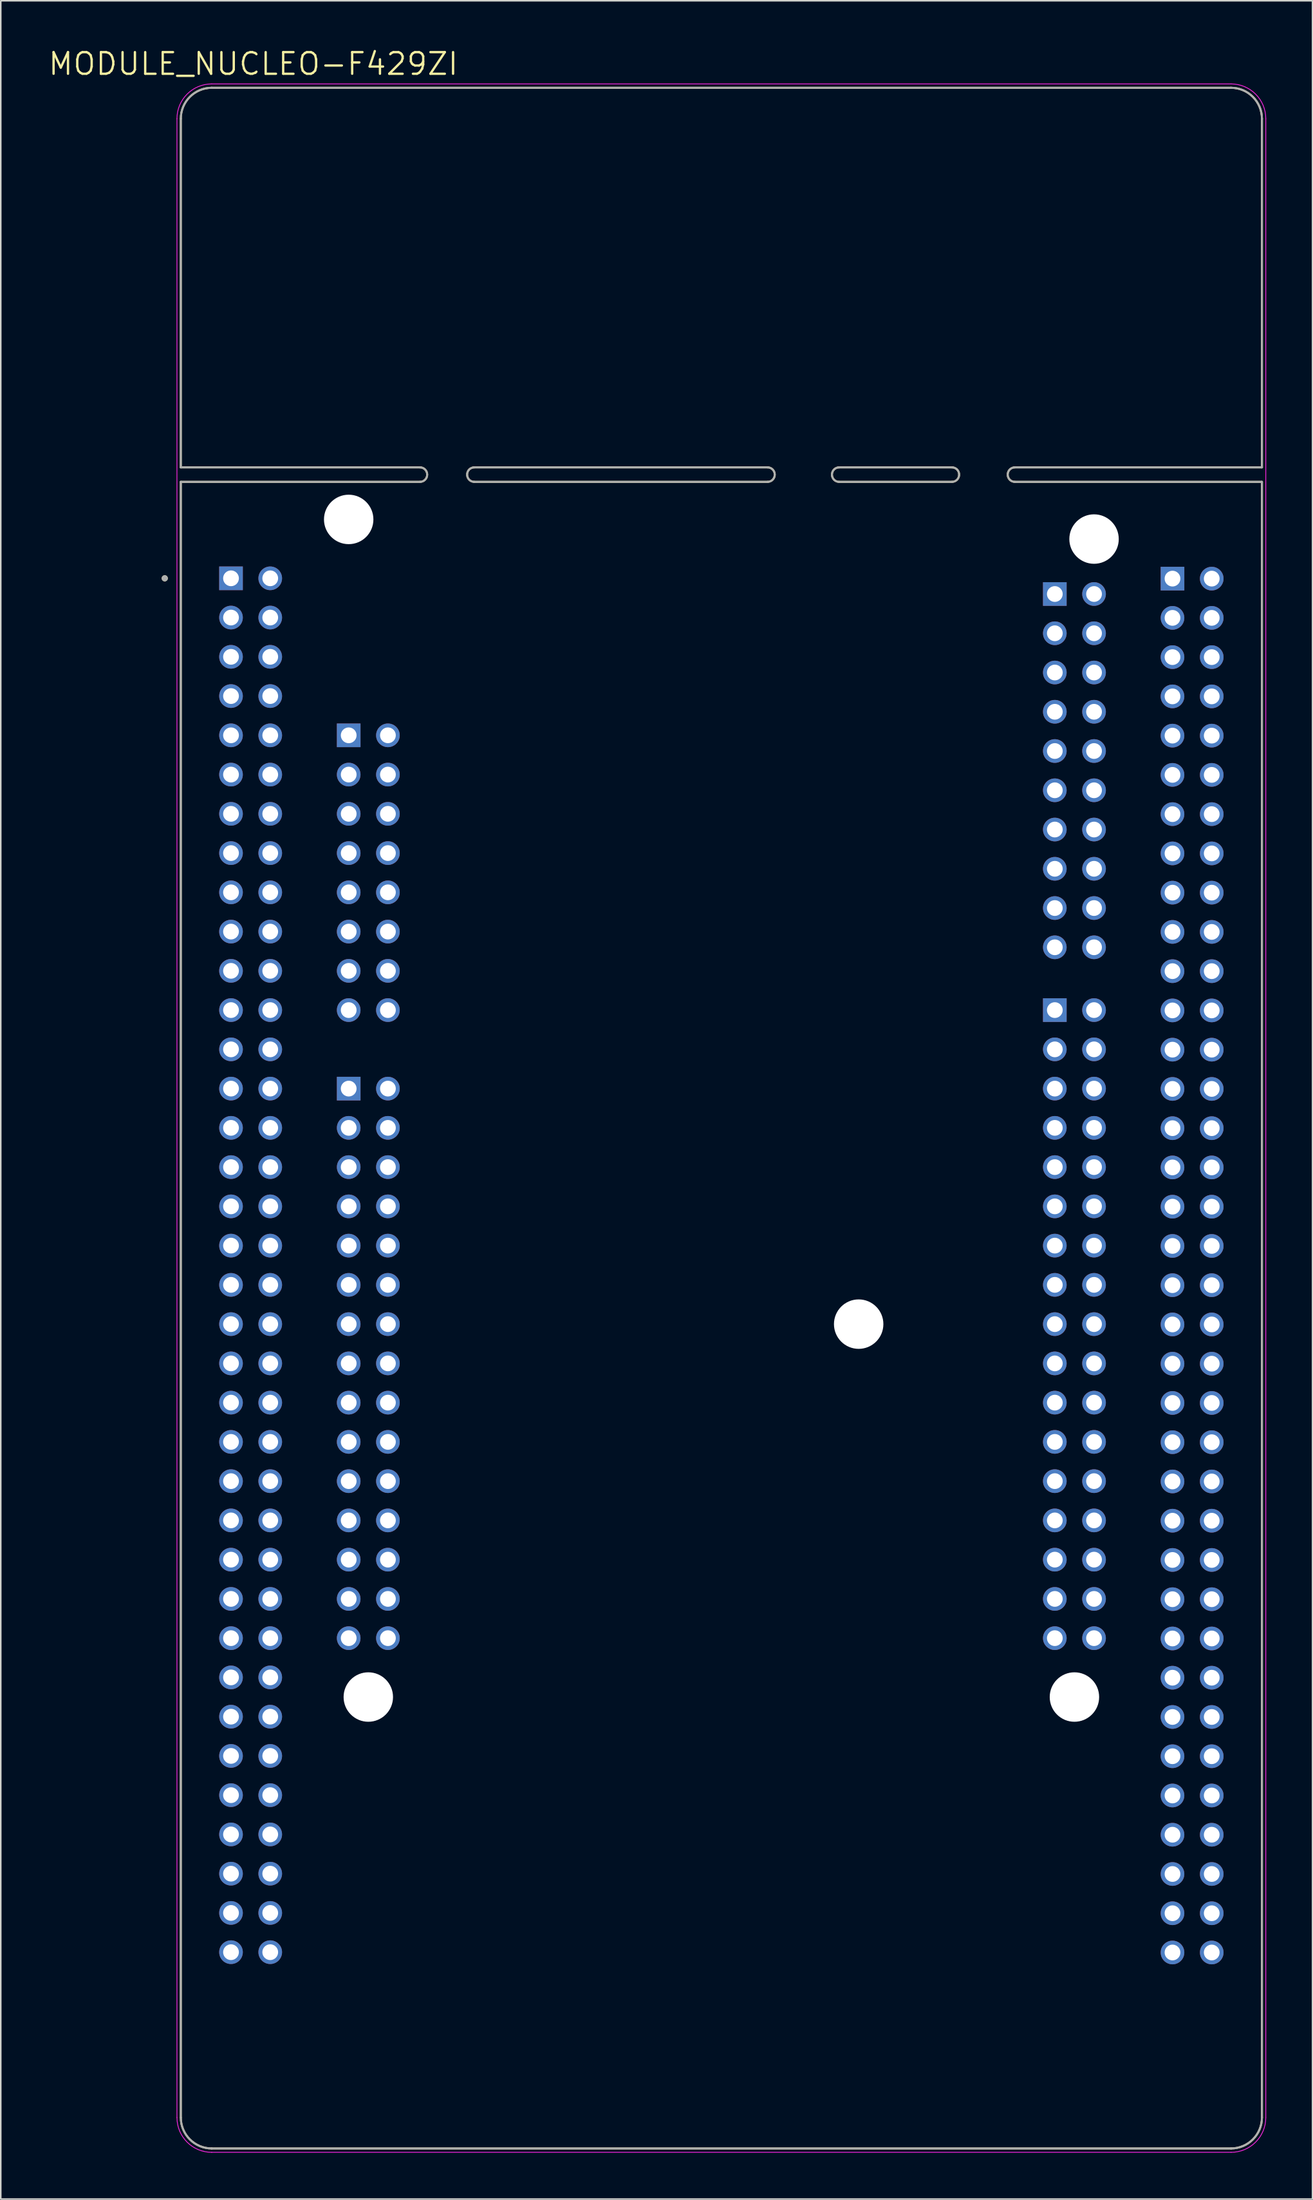
<source format=kicad_pcb>
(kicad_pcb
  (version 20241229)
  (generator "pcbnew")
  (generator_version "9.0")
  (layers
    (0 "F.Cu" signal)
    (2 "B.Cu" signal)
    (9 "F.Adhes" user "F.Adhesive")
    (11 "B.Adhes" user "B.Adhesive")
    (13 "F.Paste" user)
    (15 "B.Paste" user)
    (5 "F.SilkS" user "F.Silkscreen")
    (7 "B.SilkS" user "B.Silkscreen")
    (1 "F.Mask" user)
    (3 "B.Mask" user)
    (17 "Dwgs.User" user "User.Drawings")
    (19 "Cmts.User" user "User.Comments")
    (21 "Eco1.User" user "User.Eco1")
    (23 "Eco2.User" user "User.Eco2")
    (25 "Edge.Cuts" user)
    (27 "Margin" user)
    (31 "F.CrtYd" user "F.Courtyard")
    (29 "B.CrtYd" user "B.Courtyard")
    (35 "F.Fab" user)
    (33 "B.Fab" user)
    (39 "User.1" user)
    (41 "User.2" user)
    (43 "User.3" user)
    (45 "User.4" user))
  (footprint "MODULE_NUCLEO-F429ZI"
    (layer "F.Cu")
    (at 43.657 69.301)
    (property "Reference" "MODULE_NUCLEO-F429ZI" (at -30.305 -68.219 0) (layer "F.SilkS") (effects (font (size 1.4 1.4) (thickness 0.15))))
    (attr through_hole)
    (fp_line (start -35 -64.67) (end -35 -42.11) (stroke (width 0.127) (type solid)) (layer "F.SilkS"))
    (fp_line (start -35 -42.11) (end -19.507 -42.11) (stroke (width 0.127) (type solid)) (layer "F.SilkS"))
    (fp_line (start -35 -41.17) (end -35 64.67) (stroke (width 0.127) (type solid)) (layer "F.SilkS"))
    (fp_line (start -35 -41.17) (end -19.507 -41.17) (stroke (width 0.127) (type solid)) (layer "F.SilkS"))
    (fp_line (start -33 66.67) (end 33 66.67) (stroke (width 0.127) (type solid)) (layer "F.SilkS"))
    (fp_line (start -16.002 -42.11) (end 2.997 -42.11) (stroke (width 0.127) (type solid)) (layer "F.SilkS"))
    (fp_line (start -16.002 -41.17) (end 2.997 -41.17) (stroke (width 0.127) (type solid)) (layer "F.SilkS"))
    (fp_line (start 7.62 -42.11) (end 14.935 -42.11) (stroke (width 0.127) (type solid)) (layer "F.SilkS"))
    (fp_line (start 7.62 -41.17) (end 14.935 -41.17) (stroke (width 0.127) (type solid)) (layer "F.SilkS"))
    (fp_line (start 18.999 -42.11) (end 35 -42.11) (stroke (width 0.127) (type solid)) (layer "F.SilkS"))
    (fp_line (start 18.999 -41.17) (end 35 -41.17) (stroke (width 0.127) (type solid)) (layer "F.SilkS"))
    (fp_line (start 33 -66.67) (end -33 -66.67) (stroke (width 0.127) (type solid)) (layer "F.SilkS"))
    (fp_line (start 35 -42.11) (end 35 -64.67) (stroke (width 0.127) (type solid)) (layer "F.SilkS"))
    (fp_line (start 35 64.67) (end 35 -41.17) (stroke (width 0.127) (type solid)) (layer "F.SilkS"))
    (fp_arc (start -35 -64.67) (mid -34.414214 -66.084214) (end -33 -66.67) (stroke (width 0.127) (type solid)) (layer "F.SilkS"))
    (fp_arc (start -33 66.67) (mid -34.414214 66.084214) (end -35 64.67) (stroke (width 0.127) (type solid)) (layer "F.SilkS"))
    (fp_arc (start -19.507199 -42.11) (mid -19.044602 -41.64) (end -19.5072 -41.17) (stroke (width 0.127) (type solid)) (layer "F.SilkS"))
    (fp_arc (start -16.002001 -41.17) (mid -16.464598 -41.64) (end -16.002 -42.11) (stroke (width 0.127) (type solid)) (layer "F.SilkS"))
    (fp_arc (start 2.997201 -42.11) (mid 3.459798 -41.64) (end 2.9972 -41.17) (stroke (width 0.127) (type solid)) (layer "F.SilkS"))
    (fp_arc (start 7.619999 -41.17) (mid 7.157402 -41.64) (end 7.62 -42.11) (stroke (width 0.127) (type solid)) (layer "F.SilkS"))
    (fp_arc (start 14.935201 -42.11) (mid 15.397798 -41.64) (end 14.9352 -41.17) (stroke (width 0.127) (type solid)) (layer "F.SilkS"))
    (fp_arc (start 18.999199 -41.17) (mid 18.536602 -41.64) (end 18.9992 -42.11) (stroke (width 0.127) (type solid)) (layer "F.SilkS"))
    (fp_arc (start 33 -66.67) (mid 34.414214 -66.084214) (end 35 -64.67) (stroke (width 0.127) (type solid)) (layer "F.SilkS"))
    (fp_arc (start 35 64.67) (mid 34.414214 66.084214) (end 33 66.67) (stroke (width 0.127) (type solid)) (layer "F.SilkS"))
    (fp_circle (center -36.04 -34.93) (end -35.94 -34.93) (stroke (width 0.2) (type solid)) (fill no) (layer "F.SilkS"))
    (fp_line (start -35.25 -64.67) (end -35.25 64.67) (stroke (width 0.05) (type solid)) (layer "F.CrtYd"))
    (fp_line (start -33 66.92) (end 33 66.92) (stroke (width 0.05) (type solid)) (layer "F.CrtYd"))
    (fp_line (start 33 -66.92) (end -33 -66.92) (stroke (width 0.05) (type solid)) (layer "F.CrtYd"))
    (fp_line (start 35.25 64.67) (end 35.25 -64.67) (stroke (width 0.05) (type solid)) (layer "F.CrtYd"))
    (fp_arc (start -35.25 -64.67) (mid -34.59099 -66.26099) (end -33 -66.92) (stroke (width 0.05) (type solid)) (layer "F.CrtYd"))
    (fp_arc (start -33 66.92) (mid -34.59099 66.26099) (end -35.25 64.67) (stroke (width 0.05) (type solid)) (layer "F.CrtYd"))
    (fp_arc (start 33 -66.92) (mid 34.59099 -66.26099) (end 35.25 -64.67) (stroke (width 0.05) (type solid)) (layer "F.CrtYd"))
    (fp_arc (start 35.25 64.67) (mid 34.59099 66.26099) (end 33 66.92) (stroke (width 0.05) (type solid)) (layer "F.CrtYd"))
    (fp_line (start -35 -64.67) (end -35 -42.11) (stroke (width 0.127) (type solid)) (layer "F.Fab"))
    (fp_line (start -35 -42.11) (end -19.507 -42.11) (stroke (width 0.127) (type solid)) (layer "F.Fab"))
    (fp_line (start -35 -41.17) (end -35 64.67) (stroke (width 0.127) (type solid)) (layer "F.Fab"))
    (fp_line (start -35 -41.17) (end -19.507 -41.17) (stroke (width 0.127) (type solid)) (layer "F.Fab"))
    (fp_line (start -33 66.67) (end 33 66.67) (stroke (width 0.127) (type solid)) (layer "F.Fab"))
    (fp_line (start -16.002 -42.11) (end 2.997 -42.11) (stroke (width 0.127) (type solid)) (layer "F.Fab"))
    (fp_line (start -16.002 -41.17) (end 2.997 -41.17) (stroke (width 0.127) (type solid)) (layer "F.Fab"))
    (fp_line (start 7.62 -42.11) (end 14.935 -42.11) (stroke (width 0.127) (type solid)) (layer "F.Fab"))
    (fp_line (start 7.62 -41.17) (end 14.935 -41.17) (stroke (width 0.127) (type solid)) (layer "F.Fab"))
    (fp_line (start 18.999 -42.11) (end 35 -42.11) (stroke (width 0.127) (type solid)) (layer "F.Fab"))
    (fp_line (start 18.999 -41.17) (end 35 -41.17) (stroke (width 0.127) (type solid)) (layer "F.Fab"))
    (fp_line (start 33 -66.67) (end -33 -66.67) (stroke (width 0.127) (type solid)) (layer "F.Fab"))
    (fp_line (start 35 -42.11) (end 35 -64.67) (stroke (width 0.127) (type solid)) (layer "F.Fab"))
    (fp_line (start 35 64.67) (end 35 -41.17) (stroke (width 0.127) (type solid)) (layer "F.Fab"))
    (fp_arc (start -35 -64.67) (mid -34.414214 -66.084214) (end -33 -66.67) (stroke (width 0.127) (type solid)) (layer "F.Fab"))
    (fp_arc (start -33 66.67) (mid -34.414214 66.084214) (end -35 64.67) (stroke (width 0.127) (type solid)) (layer "F.Fab"))
    (fp_arc (start -19.507199 -42.11) (mid -19.044602 -41.64) (end -19.5072 -41.17) (stroke (width 0.127) (type solid)) (layer "F.Fab"))
    (fp_arc (start -16.002001 -41.17) (mid -16.464598 -41.64) (end -16.002 -42.11) (stroke (width 0.127) (type solid)) (layer "F.Fab"))
    (fp_arc (start 2.997201 -42.11) (mid 3.459798 -41.64) (end 2.9972 -41.17) (stroke (width 0.127) (type solid)) (layer "F.Fab"))
    (fp_arc (start 7.619999 -41.17) (mid 7.157402 -41.64) (end 7.62 -42.11) (stroke (width 0.127) (type solid)) (layer "F.Fab"))
    (fp_arc (start 14.935201 -42.11) (mid 15.397798 -41.64) (end 14.9352 -41.17) (stroke (width 0.127) (type solid)) (layer "F.Fab"))
    (fp_arc (start 18.999199 -41.17) (mid 18.536602 -41.64) (end 18.9992 -42.11) (stroke (width 0.127) (type solid)) (layer "F.Fab"))
    (fp_arc (start 33 -66.67) (mid 34.414214 -66.084214) (end 35 -64.67) (stroke (width 0.127) (type solid)) (layer "F.Fab"))
    (fp_arc (start 35 64.67) (mid 34.414214 66.084214) (end 33 66.67) (stroke (width 0.127) (type solid)) (layer "F.Fab"))
    (fp_circle (center -36.04 -34.93) (end -35.94 -34.93) (stroke (width 0.2) (type solid)) (fill no) (layer "F.Fab"))
    (pad "" np_thru_hole circle (at -24.13 -38.74) (size 3.2 3.2) (drill 3.2) (layers "*.Cu" "*.Mask"))
    (pad "" np_thru_hole circle (at -22.86 37.46) (size 3.2 3.2) (drill 3.2) (layers "*.Cu" "*.Mask"))
    (pad "" np_thru_hole circle (at 8.89 13.33) (size 3.2 3.2) (drill 3.2) (layers "*.Cu" "*.Mask"))
    (pad "" np_thru_hole circle (at 22.86 37.46) (size 3.2 3.2) (drill 3.2) (layers "*.Cu" "*.Mask"))
    (pad "" np_thru_hole circle (at 24.13 -37.47) (size 3.2 3.2) (drill 3.2) (layers "*.Cu" "*.Mask"))
    (pad "CN7_1" thru_hole rect (at 21.59 -33.914) (size 1.53 1.53) (drill 1.02) (layers "*.Cu" "*.Mask"))
    (pad "CN7_2" thru_hole circle (at 24.13 -33.914) (size 1.53 1.53) (drill 1.02) (layers "*.Cu" "*.Mask"))
    (pad "CN7_3" thru_hole circle (at 21.59 -31.374) (size 1.53 1.53) (drill 1.02) (layers "*.Cu" "*.Mask"))
    (pad "CN7_4" thru_hole circle (at 24.13 -31.374) (size 1.53 1.53) (drill 1.02) (layers "*.Cu" "*.Mask"))
    (pad "CN7_5" thru_hole circle (at 21.59 -28.834) (size 1.53 1.53) (drill 1.02) (layers "*.Cu" "*.Mask"))
    (pad "CN7_6" thru_hole circle (at 24.13 -28.834) (size 1.53 1.53) (drill 1.02) (layers "*.Cu" "*.Mask"))
    (pad "CN7_7" thru_hole circle (at 21.59 -26.294) (size 1.53 1.53) (drill 1.02) (layers "*.Cu" "*.Mask"))
    (pad "CN7_8" thru_hole circle (at 24.13 -26.294) (size 1.53 1.53) (drill 1.02) (layers "*.Cu" "*.Mask"))
    (pad "CN7_9" thru_hole circle (at 21.59 -23.754) (size 1.53 1.53) (drill 1.02) (layers "*.Cu" "*.Mask"))
    (pad "CN7_10" thru_hole circle (at 24.13 -23.754) (size 1.53 1.53) (drill 1.02) (layers "*.Cu" "*.Mask"))
    (pad "CN7_11" thru_hole circle (at 21.59 -21.214) (size 1.53 1.53) (drill 1.02) (layers "*.Cu" "*.Mask"))
    (pad "CN7_12" thru_hole circle (at 24.13 -21.214) (size 1.53 1.53) (drill 1.02) (layers "*.Cu" "*.Mask"))
    (pad "CN7_13" thru_hole circle (at 21.59 -18.674) (size 1.53 1.53) (drill 1.02) (layers "*.Cu" "*.Mask"))
    (pad "CN7_14" thru_hole circle (at 24.13 -18.674) (size 1.53 1.53) (drill 1.02) (layers "*.Cu" "*.Mask"))
    (pad "CN7_15" thru_hole circle (at 21.59 -16.134) (size 1.53 1.53) (drill 1.02) (layers "*.Cu" "*.Mask"))
    (pad "CN7_16" thru_hole circle (at 24.13 -16.134) (size 1.53 1.53) (drill 1.02) (layers "*.Cu" "*.Mask"))
    (pad "CN7_17" thru_hole circle (at 21.59 -13.594) (size 1.53 1.53) (drill 1.02) (layers "*.Cu" "*.Mask"))
    (pad "CN7_18" thru_hole circle (at 24.13 -13.594) (size 1.53 1.53) (drill 1.02) (layers "*.Cu" "*.Mask"))
    (pad "CN7_19" thru_hole circle (at 21.59 -11.054) (size 1.53 1.53) (drill 1.02) (layers "*.Cu" "*.Mask"))
    (pad "CN7_20" thru_hole circle (at 24.13 -11.054) (size 1.53 1.53) (drill 1.02) (layers "*.Cu" "*.Mask"))
    (pad "CN8_1" thru_hole rect (at -24.13 -24.77) (size 1.53 1.53) (drill 1.02) (layers "*.Cu" "*.Mask"))
    (pad "CN8_2" thru_hole circle (at -21.59 -24.77) (size 1.53 1.53) (drill 1.02) (layers "*.Cu" "*.Mask"))
    (pad "CN8_3" thru_hole circle (at -24.13 -22.23) (size 1.53 1.53) (drill 1.02) (layers "*.Cu" "*.Mask"))
    (pad "CN8_4" thru_hole circle (at -21.59 -22.23) (size 1.53 1.53) (drill 1.02) (layers "*.Cu" "*.Mask"))
    (pad "CN8_5" thru_hole circle (at -24.13 -19.69) (size 1.53 1.53) (drill 1.02) (layers "*.Cu" "*.Mask"))
    (pad "CN8_6" thru_hole circle (at -21.59 -19.69) (size 1.53 1.53) (drill 1.02) (layers "*.Cu" "*.Mask"))
    (pad "CN8_7" thru_hole circle (at -24.13 -17.15) (size 1.53 1.53) (drill 1.02) (layers "*.Cu" "*.Mask"))
    (pad "CN8_8" thru_hole circle (at -21.59 -17.15) (size 1.53 1.53) (drill 1.02) (layers "*.Cu" "*.Mask"))
    (pad "CN8_9" thru_hole circle (at -24.13 -14.61) (size 1.53 1.53) (drill 1.02) (layers "*.Cu" "*.Mask"))
    (pad "CN8_10" thru_hole circle (at -21.59 -14.61) (size 1.53 1.53) (drill 1.02) (layers "*.Cu" "*.Mask"))
    (pad "CN8_11" thru_hole circle (at -24.13 -12.07) (size 1.53 1.53) (drill 1.02) (layers "*.Cu" "*.Mask"))
    (pad "CN8_12" thru_hole circle (at -21.59 -12.07) (size 1.53 1.53) (drill 1.02) (layers "*.Cu" "*.Mask"))
    (pad "CN8_13" thru_hole circle (at -24.13 -9.53) (size 1.53 1.53) (drill 1.02) (layers "*.Cu" "*.Mask"))
    (pad "CN8_14" thru_hole circle (at -21.59 -9.53) (size 1.53 1.53) (drill 1.02) (layers "*.Cu" "*.Mask"))
    (pad "CN8_15" thru_hole circle (at -24.13 -6.99) (size 1.53 1.53) (drill 1.02) (layers "*.Cu" "*.Mask"))
    (pad "CN8_16" thru_hole circle (at -21.59 -6.99) (size 1.53 1.53) (drill 1.02) (layers "*.Cu" "*.Mask"))
    (pad "CN9_1" thru_hole rect (at -24.13 -1.91) (size 1.53 1.53) (drill 1.02) (layers "*.Cu" "*.Mask"))
    (pad "CN9_2" thru_hole circle (at -21.59 -1.91) (size 1.53 1.53) (drill 1.02) (layers "*.Cu" "*.Mask"))
    (pad "CN9_3" thru_hole circle (at -24.13 0.63) (size 1.53 1.53) (drill 1.02) (layers "*.Cu" "*.Mask"))
    (pad "CN9_4" thru_hole circle (at -21.59 0.63) (size 1.53 1.53) (drill 1.02) (layers "*.Cu" "*.Mask"))
    (pad "CN9_5" thru_hole circle (at -24.13 3.17) (size 1.53 1.53) (drill 1.02) (layers "*.Cu" "*.Mask"))
    (pad "CN9_6" thru_hole circle (at -21.59 3.17) (size 1.53 1.53) (drill 1.02) (layers "*.Cu" "*.Mask"))
    (pad "CN9_7" thru_hole circle (at -24.13 5.71) (size 1.53 1.53) (drill 1.02) (layers "*.Cu" "*.Mask"))
    (pad "CN9_8" thru_hole circle (at -21.59 5.71) (size 1.53 1.53) (drill 1.02) (layers "*.Cu" "*.Mask"))
    (pad "CN9_9" thru_hole circle (at -24.13 8.25) (size 1.53 1.53) (drill 1.02) (layers "*.Cu" "*.Mask"))
    (pad "CN9_10" thru_hole circle (at -21.59 8.25) (size 1.53 1.53) (drill 1.02) (layers "*.Cu" "*.Mask"))
    (pad "CN9_11" thru_hole circle (at -24.13 10.79) (size 1.53 1.53) (drill 1.02) (layers "*.Cu" "*.Mask"))
    (pad "CN9_12" thru_hole circle (at -21.59 10.79) (size 1.53 1.53) (drill 1.02) (layers "*.Cu" "*.Mask"))
    (pad "CN9_13" thru_hole circle (at -24.13 13.33) (size 1.53 1.53) (drill 1.02) (layers "*.Cu" "*.Mask"))
    (pad "CN9_14" thru_hole circle (at -21.59 13.33) (size 1.53 1.53) (drill 1.02) (layers "*.Cu" "*.Mask"))
    (pad "CN9_15" thru_hole circle (at -24.13 15.87) (size 1.53 1.53) (drill 1.02) (layers "*.Cu" "*.Mask"))
    (pad "CN9_16" thru_hole circle (at -21.59 15.87) (size 1.53 1.53) (drill 1.02) (layers "*.Cu" "*.Mask"))
    (pad "CN9_17" thru_hole circle (at -24.13 18.41) (size 1.53 1.53) (drill 1.02) (layers "*.Cu" "*.Mask"))
    (pad "CN9_18" thru_hole circle (at -21.59 18.41) (size 1.53 1.53) (drill 1.02) (layers "*.Cu" "*.Mask"))
    (pad "CN9_19" thru_hole circle (at -24.13 20.95) (size 1.53 1.53) (drill 1.02) (layers "*.Cu" "*.Mask"))
    (pad "CN9_20" thru_hole circle (at -21.59 20.95) (size 1.53 1.53) (drill 1.02) (layers "*.Cu" "*.Mask"))
    (pad "CN9_21" thru_hole circle (at -24.13 23.49) (size 1.53 1.53) (drill 1.02) (layers "*.Cu" "*.Mask"))
    (pad "CN9_22" thru_hole circle (at -21.59 23.49) (size 1.53 1.53) (drill 1.02) (layers "*.Cu" "*.Mask"))
    (pad "CN9_23" thru_hole circle (at -24.13 26.03) (size 1.53 1.53) (drill 1.02) (layers "*.Cu" "*.Mask"))
    (pad "CN9_24" thru_hole circle (at -21.59 26.03) (size 1.53 1.53) (drill 1.02) (layers "*.Cu" "*.Mask"))
    (pad "CN9_25" thru_hole circle (at -24.13 28.57) (size 1.53 1.53) (drill 1.02) (layers "*.Cu" "*.Mask"))
    (pad "CN9_26" thru_hole circle (at -21.59 28.57) (size 1.53 1.53) (drill 1.02) (layers "*.Cu" "*.Mask"))
    (pad "CN9_27" thru_hole circle (at -24.13 31.11) (size 1.53 1.53) (drill 1.02) (layers "*.Cu" "*.Mask"))
    (pad "CN9_28" thru_hole circle (at -21.59 31.11) (size 1.53 1.53) (drill 1.02) (layers "*.Cu" "*.Mask"))
    (pad "CN9_29" thru_hole circle (at -24.13 33.65) (size 1.53 1.53) (drill 1.02) (layers "*.Cu" "*.Mask"))
    (pad "CN9_30" thru_hole circle (at -21.59 33.65) (size 1.53 1.53) (drill 1.02) (layers "*.Cu" "*.Mask"))
    (pad "CN10_1" thru_hole rect (at 21.59 -6.99) (size 1.53 1.53) (drill 1.02) (layers "*.Cu" "*.Mask"))
    (pad "CN10_2" thru_hole circle (at 24.13 -6.99) (size 1.53 1.53) (drill 1.02) (layers "*.Cu" "*.Mask"))
    (pad "CN10_3" thru_hole circle (at 21.59 -4.45) (size 1.53 1.53) (drill 1.02) (layers "*.Cu" "*.Mask"))
    (pad "CN10_4" thru_hole circle (at 24.13 -4.45) (size 1.53 1.53) (drill 1.02) (layers "*.Cu" "*.Mask"))
    (pad "CN10_5" thru_hole circle (at 21.59 -1.91) (size 1.53 1.53) (drill 1.02) (layers "*.Cu" "*.Mask"))
    (pad "CN10_6" thru_hole circle (at 24.13 -1.91) (size 1.53 1.53) (drill 1.02) (layers "*.Cu" "*.Mask"))
    (pad "CN10_7" thru_hole circle (at 21.59 0.63) (size 1.53 1.53) (drill 1.02) (layers "*.Cu" "*.Mask"))
    (pad "CN10_8" thru_hole circle (at 24.13 0.63) (size 1.53 1.53) (drill 1.02) (layers "*.Cu" "*.Mask"))
    (pad "CN10_9" thru_hole circle (at 21.59 3.17) (size 1.53 1.53) (drill 1.02) (layers "*.Cu" "*.Mask"))
    (pad "CN10_10" thru_hole circle (at 24.13 3.17) (size 1.53 1.53) (drill 1.02) (layers "*.Cu" "*.Mask"))
    (pad "CN10_11" thru_hole circle (at 21.59 5.71) (size 1.53 1.53) (drill 1.02) (layers "*.Cu" "*.Mask"))
    (pad "CN10_12" thru_hole circle (at 24.13 5.71) (size 1.53 1.53) (drill 1.02) (layers "*.Cu" "*.Mask"))
    (pad "CN10_13" thru_hole circle (at 21.59 8.25) (size 1.53 1.53) (drill 1.02) (layers "*.Cu" "*.Mask"))
    (pad "CN10_14" thru_hole circle (at 24.13 8.25) (size 1.53 1.53) (drill 1.02) (layers "*.Cu" "*.Mask"))
    (pad "CN10_15" thru_hole circle (at 21.59 10.79) (size 1.53 1.53) (drill 1.02) (layers "*.Cu" "*.Mask"))
    (pad "CN10_16" thru_hole circle (at 24.13 10.79) (size 1.53 1.53) (drill 1.02) (layers "*.Cu" "*.Mask"))
    (pad "CN10_17" thru_hole circle (at 21.59 13.33) (size 1.53 1.53) (drill 1.02) (layers "*.Cu" "*.Mask"))
    (pad "CN10_18" thru_hole circle (at 24.13 13.33) (size 1.53 1.53) (drill 1.02) (layers "*.Cu" "*.Mask"))
    (pad "CN10_19" thru_hole circle (at 21.59 15.87) (size 1.53 1.53) (drill 1.02) (layers "*.Cu" "*.Mask"))
    (pad "CN10_20" thru_hole circle (at 24.13 15.87) (size 1.53 1.53) (drill 1.02) (layers "*.Cu" "*.Mask"))
    (pad "CN10_21" thru_hole circle (at 21.59 18.41) (size 1.53 1.53) (drill 1.02) (layers "*.Cu" "*.Mask"))
    (pad "CN10_22" thru_hole circle (at 24.13 18.41) (size 1.53 1.53) (drill 1.02) (layers "*.Cu" "*.Mask"))
    (pad "CN10_23" thru_hole circle (at 21.59 20.95) (size 1.53 1.53) (drill 1.02) (layers "*.Cu" "*.Mask"))
    (pad "CN10_24" thru_hole circle (at 24.13 20.95) (size 1.53 1.53) (drill 1.02) (layers "*.Cu" "*.Mask"))
    (pad "CN10_25" thru_hole circle (at 21.59 23.49) (size 1.53 1.53) (drill 1.02) (layers "*.Cu" "*.Mask"))
    (pad "CN10_26" thru_hole circle (at 24.13 23.49) (size 1.53 1.53) (drill 1.02) (layers "*.Cu" "*.Mask"))
    (pad "CN10_27" thru_hole circle (at 21.59 26.03) (size 1.53 1.53) (drill 1.02) (layers "*.Cu" "*.Mask"))
    (pad "CN10_28" thru_hole circle (at 24.13 26.03) (size 1.53 1.53) (drill 1.02) (layers "*.Cu" "*.Mask"))
    (pad "CN10_29" thru_hole circle (at 21.59 28.57) (size 1.53 1.53) (drill 1.02) (layers "*.Cu" "*.Mask"))
    (pad "CN10_30" thru_hole circle (at 24.13 28.57) (size 1.53 1.53) (drill 1.02) (layers "*.Cu" "*.Mask"))
    (pad "CN10_31" thru_hole circle (at 21.59 31.11) (size 1.53 1.53) (drill 1.02) (layers "*.Cu" "*.Mask"))
    (pad "CN10_32" thru_hole circle (at 24.13 31.11) (size 1.53 1.53) (drill 1.02) (layers "*.Cu" "*.Mask"))
    (pad "CN10_33" thru_hole circle (at 21.59 33.65) (size 1.53 1.53) (drill 1.02) (layers "*.Cu" "*.Mask"))
    (pad "CN10_34" thru_hole circle (at 24.13 33.65) (size 1.53 1.53) (drill 1.02) (layers "*.Cu" "*.Mask"))
    (pad "CN11_1" thru_hole rect (at -31.75 -34.93) (size 1.53 1.53) (drill 1.02) (layers "*.Cu" "*.Mask"))
    (pad "CN11_2" thru_hole circle (at -29.21 -34.93) (size 1.53 1.53) (drill 1.02) (layers "*.Cu" "*.Mask"))
    (pad "CN11_3" thru_hole circle (at -31.75 -32.39) (size 1.53 1.53) (drill 1.02) (layers "*.Cu" "*.Mask"))
    (pad "CN11_4" thru_hole circle (at -29.21 -32.39) (size 1.53 1.53) (drill 1.02) (layers "*.Cu" "*.Mask"))
    (pad "CN11_5" thru_hole circle (at -31.75 -29.85) (size 1.53 1.53) (drill 1.02) (layers "*.Cu" "*.Mask"))
    (pad "CN11_6" thru_hole circle (at -29.21 -29.85) (size 1.53 1.53) (drill 1.02) (layers "*.Cu" "*.Mask"))
    (pad "CN11_7" thru_hole circle (at -31.75 -27.31) (size 1.53 1.53) (drill 1.02) (layers "*.Cu" "*.Mask"))
    (pad "CN11_8" thru_hole circle (at -29.21 -27.31) (size 1.53 1.53) (drill 1.02) (layers "*.Cu" "*.Mask"))
    (pad "CN11_9" thru_hole circle (at -31.75 -24.77) (size 1.53 1.53) (drill 1.02) (layers "*.Cu" "*.Mask"))
    (pad "CN11_10" thru_hole circle (at -29.21 -24.77) (size 1.53 1.53) (drill 1.02) (layers "*.Cu" "*.Mask"))
    (pad "CN11_11" thru_hole circle (at -31.75 -22.23) (size 1.53 1.53) (drill 1.02) (layers "*.Cu" "*.Mask"))
    (pad "CN11_12" thru_hole circle (at -29.21 -22.23) (size 1.53 1.53) (drill 1.02) (layers "*.Cu" "*.Mask"))
    (pad "CN11_13" thru_hole circle (at -31.75 -19.69) (size 1.53 1.53) (drill 1.02) (layers "*.Cu" "*.Mask"))
    (pad "CN11_14" thru_hole circle (at -29.21 -19.69) (size 1.53 1.53) (drill 1.02) (layers "*.Cu" "*.Mask"))
    (pad "CN11_15" thru_hole circle (at -31.75 -17.15) (size 1.53 1.53) (drill 1.02) (layers "*.Cu" "*.Mask"))
    (pad "CN11_16" thru_hole circle (at -29.21 -17.15) (size 1.53 1.53) (drill 1.02) (layers "*.Cu" "*.Mask"))
    (pad "CN11_17" thru_hole circle (at -31.75 -14.61) (size 1.53 1.53) (drill 1.02) (layers "*.Cu" "*.Mask"))
    (pad "CN11_18" thru_hole circle (at -29.21 -14.61) (size 1.53 1.53) (drill 1.02) (layers "*.Cu" "*.Mask"))
    (pad "CN11_19" thru_hole circle (at -31.75 -12.07) (size 1.53 1.53) (drill 1.02) (layers "*.Cu" "*.Mask"))
    (pad "CN11_20" thru_hole circle (at -29.21 -12.07) (size 1.53 1.53) (drill 1.02) (layers "*.Cu" "*.Mask"))
    (pad "CN11_21" thru_hole circle (at -31.75 -9.53) (size 1.53 1.53) (drill 1.02) (layers "*.Cu" "*.Mask"))
    (pad "CN11_22" thru_hole circle (at -29.21 -9.53) (size 1.53 1.53) (drill 1.02) (layers "*.Cu" "*.Mask"))
    (pad "CN11_23" thru_hole circle (at -31.75 -6.99) (size 1.53 1.53) (drill 1.02) (layers "*.Cu" "*.Mask"))
    (pad "CN11_24" thru_hole circle (at -29.21 -6.99) (size 1.53 1.53) (drill 1.02) (layers "*.Cu" "*.Mask"))
    (pad "CN11_25" thru_hole circle (at -31.75 -4.45) (size 1.53 1.53) (drill 1.02) (layers "*.Cu" "*.Mask"))
    (pad "CN11_26" thru_hole circle (at -29.21 -4.45) (size 1.53 1.53) (drill 1.02) (layers "*.Cu" "*.Mask"))
    (pad "CN11_27" thru_hole circle (at -31.75 -1.91) (size 1.53 1.53) (drill 1.02) (layers "*.Cu" "*.Mask"))
    (pad "CN11_28" thru_hole circle (at -29.21 -1.91) (size 1.53 1.53) (drill 1.02) (layers "*.Cu" "*.Mask"))
    (pad "CN11_29" thru_hole circle (at -31.75 0.63) (size 1.53 1.53) (drill 1.02) (layers "*.Cu" "*.Mask"))
    (pad "CN11_30" thru_hole circle (at -29.21 0.63) (size 1.53 1.53) (drill 1.02) (layers "*.Cu" "*.Mask"))
    (pad "CN11_31" thru_hole circle (at -31.75 3.17) (size 1.53 1.53) (drill 1.02) (layers "*.Cu" "*.Mask"))
    (pad "CN11_32" thru_hole circle (at -29.21 3.17) (size 1.53 1.53) (drill 1.02) (layers "*.Cu" "*.Mask"))
    (pad "CN11_33" thru_hole circle (at -31.75 5.71) (size 1.53 1.53) (drill 1.02) (layers "*.Cu" "*.Mask"))
    (pad "CN11_34" thru_hole circle (at -29.21 5.71) (size 1.53 1.53) (drill 1.02) (layers "*.Cu" "*.Mask"))
    (pad "CN11_35" thru_hole circle (at -31.75 8.25) (size 1.53 1.53) (drill 1.02) (layers "*.Cu" "*.Mask"))
    (pad "CN11_36" thru_hole circle (at -29.21 8.25) (size 1.53 1.53) (drill 1.02) (layers "*.Cu" "*.Mask"))
    (pad "CN11_37" thru_hole circle (at -31.75 10.79) (size 1.53 1.53) (drill 1.02) (layers "*.Cu" "*.Mask"))
    (pad "CN11_38" thru_hole circle (at -29.21 10.79) (size 1.53 1.53) (drill 1.02) (layers "*.Cu" "*.Mask"))
    (pad "CN11_39" thru_hole circle (at -31.75 13.33) (size 1.53 1.53) (drill 1.02) (layers "*.Cu" "*.Mask"))
    (pad "CN11_40" thru_hole circle (at -29.21 13.33) (size 1.53 1.53) (drill 1.02) (layers "*.Cu" "*.Mask"))
    (pad "CN11_41" thru_hole circle (at -31.75 15.87) (size 1.53 1.53) (drill 1.02) (layers "*.Cu" "*.Mask"))
    (pad "CN11_42" thru_hole circle (at -29.21 15.87) (size 1.53 1.53) (drill 1.02) (layers "*.Cu" "*.Mask"))
    (pad "CN11_43" thru_hole circle (at -31.75 18.41) (size 1.53 1.53) (drill 1.02) (layers "*.Cu" "*.Mask"))
    (pad "CN11_44" thru_hole circle (at -29.21 18.41) (size 1.53 1.53) (drill 1.02) (layers "*.Cu" "*.Mask"))
    (pad "CN11_45" thru_hole circle (at -31.75 20.95) (size 1.53 1.53) (drill 1.02) (layers "*.Cu" "*.Mask"))
    (pad "CN11_46" thru_hole circle (at -29.21 20.95) (size 1.53 1.53) (drill 1.02) (layers "*.Cu" "*.Mask"))
    (pad "CN11_47" thru_hole circle (at -31.75 23.49) (size 1.53 1.53) (drill 1.02) (layers "*.Cu" "*.Mask"))
    (pad "CN11_48" thru_hole circle (at -29.21 23.49) (size 1.53 1.53) (drill 1.02) (layers "*.Cu" "*.Mask"))
    (pad "CN11_49" thru_hole circle (at -31.75 26.03) (size 1.53 1.53) (drill 1.02) (layers "*.Cu" "*.Mask"))
    (pad "CN11_50" thru_hole circle (at -29.21 26.03) (size 1.53 1.53) (drill 1.02) (layers "*.Cu" "*.Mask"))
    (pad "CN11_51" thru_hole circle (at -31.75 28.57) (size 1.53 1.53) (drill 1.02) (layers "*.Cu" "*.Mask"))
    (pad "CN11_52" thru_hole circle (at -29.21 28.57) (size 1.53 1.53) (drill 1.02) (layers "*.Cu" "*.Mask"))
    (pad "CN11_53" thru_hole circle (at -31.75 31.11) (size 1.53 1.53) (drill 1.02) (layers "*.Cu" "*.Mask"))
    (pad "CN11_54" thru_hole circle (at -29.21 31.11) (size 1.53 1.53) (drill 1.02) (layers "*.Cu" "*.Mask"))
    (pad "CN11_55" thru_hole circle (at -31.75 33.65) (size 1.53 1.53) (drill 1.02) (layers "*.Cu" "*.Mask"))
    (pad "CN11_56" thru_hole circle (at -29.21 33.65) (size 1.53 1.53) (drill 1.02) (layers "*.Cu" "*.Mask"))
    (pad "CN11_57" thru_hole circle (at -31.75 36.19) (size 1.53 1.53) (drill 1.02) (layers "*.Cu" "*.Mask"))
    (pad "CN11_58" thru_hole circle (at -29.21 36.19) (size 1.53 1.53) (drill 1.02) (layers "*.Cu" "*.Mask"))
    (pad "CN11_59" thru_hole circle (at -31.75 38.73) (size 1.53 1.53) (drill 1.02) (layers "*.Cu" "*.Mask"))
    (pad "CN11_60" thru_hole circle (at -29.21 38.73) (size 1.53 1.53) (drill 1.02) (layers "*.Cu" "*.Mask"))
    (pad "CN11_61" thru_hole circle (at -31.75 41.27) (size 1.53 1.53) (drill 1.02) (layers "*.Cu" "*.Mask"))
    (pad "CN11_62" thru_hole circle (at -29.21 41.27) (size 1.53 1.53) (drill 1.02) (layers "*.Cu" "*.Mask"))
    (pad "CN11_63" thru_hole circle (at -31.75 43.81) (size 1.53 1.53) (drill 1.02) (layers "*.Cu" "*.Mask"))
    (pad "CN11_64" thru_hole circle (at -29.21 43.81) (size 1.53 1.53) (drill 1.02) (layers "*.Cu" "*.Mask"))
    (pad "CN11_65" thru_hole circle (at -31.75 46.35) (size 1.53 1.53) (drill 1.02) (layers "*.Cu" "*.Mask"))
    (pad "CN11_66" thru_hole circle (at -29.21 46.35) (size 1.53 1.53) (drill 1.02) (layers "*.Cu" "*.Mask"))
    (pad "CN11_67" thru_hole circle (at -31.75 48.89) (size 1.53 1.53) (drill 1.02) (layers "*.Cu" "*.Mask"))
    (pad "CN11_68" thru_hole circle (at -29.21 48.89) (size 1.53 1.53) (drill 1.02) (layers "*.Cu" "*.Mask"))
    (pad "CN11_69" thru_hole circle (at -31.75 51.43) (size 1.53 1.53) (drill 1.02) (layers "*.Cu" "*.Mask"))
    (pad "CN11_70" thru_hole circle (at -29.21 51.43) (size 1.53 1.53) (drill 1.02) (layers "*.Cu" "*.Mask"))
    (pad "CN11_71" thru_hole circle (at -31.75 53.97) (size 1.53 1.53) (drill 1.02) (layers "*.Cu" "*.Mask"))
    (pad "CN11_72" thru_hole circle (at -29.21 53.97) (size 1.53 1.53) (drill 1.02) (layers "*.Cu" "*.Mask"))
    (pad "CN12_1" thru_hole rect (at 29.21 -34.91) (size 1.53 1.53) (drill 1.02) (layers "*.Cu" "*.Mask"))
    (pad "CN12_2" thru_hole circle (at 31.75 -34.91) (size 1.53 1.53) (drill 1.02) (layers "*.Cu" "*.Mask"))
    (pad "CN12_3" thru_hole circle (at 29.21 -32.37) (size 1.53 1.53) (drill 1.02) (layers "*.Cu" "*.Mask"))
    (pad "CN12_4" thru_hole circle (at 31.75 -32.37) (size 1.53 1.53) (drill 1.02) (layers "*.Cu" "*.Mask"))
    (pad "CN12_5" thru_hole circle (at 29.21 -29.83) (size 1.53 1.53) (drill 1.02) (layers "*.Cu" "*.Mask"))
    (pad "CN12_6" thru_hole circle (at 31.75 -29.83) (size 1.53 1.53) (drill 1.02) (layers "*.Cu" "*.Mask"))
    (pad "CN12_7" thru_hole circle (at 29.21 -27.29) (size 1.53 1.53) (drill 1.02) (layers "*.Cu" "*.Mask"))
    (pad "CN12_8" thru_hole circle (at 31.75 -27.29) (size 1.53 1.53) (drill 1.02) (layers "*.Cu" "*.Mask"))
    (pad "CN12_9" thru_hole circle (at 29.21 -24.75) (size 1.53 1.53) (drill 1.02) (layers "*.Cu" "*.Mask"))
    (pad "CN12_10" thru_hole circle (at 31.75 -24.75) (size 1.53 1.53) (drill 1.02) (layers "*.Cu" "*.Mask"))
    (pad "CN12_11" thru_hole circle (at 29.21 -22.21) (size 1.53 1.53) (drill 1.02) (layers "*.Cu" "*.Mask"))
    (pad "CN12_12" thru_hole circle (at 31.75 -22.21) (size 1.53 1.53) (drill 1.02) (layers "*.Cu" "*.Mask"))
    (pad "CN12_13" thru_hole circle (at 29.21 -19.67) (size 1.53 1.53) (drill 1.02) (layers "*.Cu" "*.Mask"))
    (pad "CN12_14" thru_hole circle (at 31.75 -19.67) (size 1.53 1.53) (drill 1.02) (layers "*.Cu" "*.Mask"))
    (pad "CN12_15" thru_hole circle (at 29.21 -17.13) (size 1.53 1.53) (drill 1.02) (layers "*.Cu" "*.Mask"))
    (pad "CN12_16" thru_hole circle (at 31.75 -17.13) (size 1.53 1.53) (drill 1.02) (layers "*.Cu" "*.Mask"))
    (pad "CN12_17" thru_hole circle (at 29.21 -14.59) (size 1.53 1.53) (drill 1.02) (layers "*.Cu" "*.Mask"))
    (pad "CN12_18" thru_hole circle (at 31.75 -14.59) (size 1.53 1.53) (drill 1.02) (layers "*.Cu" "*.Mask"))
    (pad "CN12_19" thru_hole circle (at 29.21 -12.05) (size 1.53 1.53) (drill 1.02) (layers "*.Cu" "*.Mask"))
    (pad "CN12_20" thru_hole circle (at 31.75 -12.05) (size 1.53 1.53) (drill 1.02) (layers "*.Cu" "*.Mask"))
    (pad "CN12_21" thru_hole circle (at 29.21 -9.51) (size 1.53 1.53) (drill 1.02) (layers "*.Cu" "*.Mask"))
    (pad "CN12_22" thru_hole circle (at 31.75 -9.51) (size 1.53 1.53) (drill 1.02) (layers "*.Cu" "*.Mask"))
    (pad "CN12_23" thru_hole circle (at 29.21 -6.97) (size 1.53 1.53) (drill 1.02) (layers "*.Cu" "*.Mask"))
    (pad "CN12_24" thru_hole circle (at 31.75 -6.97) (size 1.53 1.53) (drill 1.02) (layers "*.Cu" "*.Mask"))
    (pad "CN12_25" thru_hole circle (at 29.21 -4.43) (size 1.53 1.53) (drill 1.02) (layers "*.Cu" "*.Mask"))
    (pad "CN12_26" thru_hole circle (at 31.75 -4.43) (size 1.53 1.53) (drill 1.02) (layers "*.Cu" "*.Mask"))
    (pad "CN12_27" thru_hole circle (at 29.21 -1.89) (size 1.53 1.53) (drill 1.02) (layers "*.Cu" "*.Mask"))
    (pad "CN12_28" thru_hole circle (at 31.75 -1.89) (size 1.53 1.53) (drill 1.02) (layers "*.Cu" "*.Mask"))
    (pad "CN12_29" thru_hole circle (at 29.21 0.65) (size 1.53 1.53) (drill 1.02) (layers "*.Cu" "*.Mask"))
    (pad "CN12_30" thru_hole circle (at 31.75 0.65) (size 1.53 1.53) (drill 1.02) (layers "*.Cu" "*.Mask"))
    (pad "CN12_31" thru_hole circle (at 29.21 3.19) (size 1.53 1.53) (drill 1.02) (layers "*.Cu" "*.Mask"))
    (pad "CN12_32" thru_hole circle (at 31.75 3.19) (size 1.53 1.53) (drill 1.02) (layers "*.Cu" "*.Mask"))
    (pad "CN12_33" thru_hole circle (at 29.21 5.73) (size 1.53 1.53) (drill 1.02) (layers "*.Cu" "*.Mask"))
    (pad "CN12_34" thru_hole circle (at 31.75 5.73) (size 1.53 1.53) (drill 1.02) (layers "*.Cu" "*.Mask"))
    (pad "CN12_35" thru_hole circle (at 29.21 8.27) (size 1.53 1.53) (drill 1.02) (layers "*.Cu" "*.Mask"))
    (pad "CN12_36" thru_hole circle (at 31.75 8.27) (size 1.53 1.53) (drill 1.02) (layers "*.Cu" "*.Mask"))
    (pad "CN12_37" thru_hole circle (at 29.21 10.81) (size 1.53 1.53) (drill 1.02) (layers "*.Cu" "*.Mask"))
    (pad "CN12_38" thru_hole circle (at 31.75 10.81) (size 1.53 1.53) (drill 1.02) (layers "*.Cu" "*.Mask"))
    (pad "CN12_39" thru_hole circle (at 29.21 13.35) (size 1.53 1.53) (drill 1.02) (layers "*.Cu" "*.Mask"))
    (pad "CN12_40" thru_hole circle (at 31.75 13.35) (size 1.53 1.53) (drill 1.02) (layers "*.Cu" "*.Mask"))
    (pad "CN12_41" thru_hole circle (at 29.21 15.89) (size 1.53 1.53) (drill 1.02) (layers "*.Cu" "*.Mask"))
    (pad "CN12_42" thru_hole circle (at 31.75 15.89) (size 1.53 1.53) (drill 1.02) (layers "*.Cu" "*.Mask"))
    (pad "CN12_43" thru_hole circle (at 29.21 18.43) (size 1.53 1.53) (drill 1.02) (layers "*.Cu" "*.Mask"))
    (pad "CN12_44" thru_hole circle (at 31.75 18.43) (size 1.53 1.53) (drill 1.02) (layers "*.Cu" "*.Mask"))
    (pad "CN12_45" thru_hole circle (at 29.21 20.97) (size 1.53 1.53) (drill 1.02) (layers "*.Cu" "*.Mask"))
    (pad "CN12_46" thru_hole circle (at 31.75 20.97) (size 1.53 1.53) (drill 1.02) (layers "*.Cu" "*.Mask"))
    (pad "CN12_47" thru_hole circle (at 29.21 23.51) (size 1.53 1.53) (drill 1.02) (layers "*.Cu" "*.Mask"))
    (pad "CN12_48" thru_hole circle (at 31.75 23.51) (size 1.53 1.53) (drill 1.02) (layers "*.Cu" "*.Mask"))
    (pad "CN12_49" thru_hole circle (at 29.21 26.05) (size 1.53 1.53) (drill 1.02) (layers "*.Cu" "*.Mask"))
    (pad "CN12_50" thru_hole circle (at 31.75 26.05) (size 1.53 1.53) (drill 1.02) (layers "*.Cu" "*.Mask"))
    (pad "CN12_51" thru_hole circle (at 29.21 28.59) (size 1.53 1.53) (drill 1.02) (layers "*.Cu" "*.Mask"))
    (pad "CN12_52" thru_hole circle (at 31.75 28.59) (size 1.53 1.53) (drill 1.02) (layers "*.Cu" "*.Mask"))
    (pad "CN12_53" thru_hole circle (at 29.21 31.13) (size 1.53 1.53) (drill 1.02) (layers "*.Cu" "*.Mask"))
    (pad "CN12_54" thru_hole circle (at 31.75 31.13) (size 1.53 1.53) (drill 1.02) (layers "*.Cu" "*.Mask"))
    (pad "CN12_55" thru_hole circle (at 29.21 33.67) (size 1.53 1.53) (drill 1.02) (layers "*.Cu" "*.Mask"))
    (pad "CN12_56" thru_hole circle (at 31.75 33.67) (size 1.53 1.53) (drill 1.02) (layers "*.Cu" "*.Mask"))
    (pad "CN12_57" thru_hole circle (at 29.21 36.21) (size 1.53 1.53) (drill 1.02) (layers "*.Cu" "*.Mask"))
    (pad "CN12_58" thru_hole circle (at 31.75 36.21) (size 1.53 1.53) (drill 1.02) (layers "*.Cu" "*.Mask"))
    (pad "CN12_59" thru_hole circle (at 29.21 38.75) (size 1.53 1.53) (drill 1.02) (layers "*.Cu" "*.Mask"))
    (pad "CN12_60" thru_hole circle (at 31.75 38.75) (size 1.53 1.53) (drill 1.02) (layers "*.Cu" "*.Mask"))
    (pad "CN12_61" thru_hole circle (at 29.21 41.29) (size 1.53 1.53) (drill 1.02) (layers "*.Cu" "*.Mask"))
    (pad "CN12_62" thru_hole circle (at 31.75 41.29) (size 1.53 1.53) (drill 1.02) (layers "*.Cu" "*.Mask"))
    (pad "CN12_63" thru_hole circle (at 29.21 43.83) (size 1.53 1.53) (drill 1.02) (layers "*.Cu" "*.Mask"))
    (pad "CN12_64" thru_hole circle (at 31.75 43.83) (size 1.53 1.53) (drill 1.02) (layers "*.Cu" "*.Mask"))
    (pad "CN12_65" thru_hole circle (at 29.21 46.37) (size 1.53 1.53) (drill 1.02) (layers "*.Cu" "*.Mask"))
    (pad "CN12_66" thru_hole circle (at 31.75 46.37) (size 1.53 1.53) (drill 1.02) (layers "*.Cu" "*.Mask"))
    (pad "CN12_67" thru_hole circle (at 29.21 48.91) (size 1.53 1.53) (drill 1.02) (layers "*.Cu" "*.Mask"))
    (pad "CN12_68" thru_hole circle (at 31.75 48.91) (size 1.53 1.53) (drill 1.02) (layers "*.Cu" "*.Mask"))
    (pad "CN12_69" thru_hole circle (at 29.21 51.45) (size 1.53 1.53) (drill 1.02) (layers "*.Cu" "*.Mask"))
    (pad "CN12_70" thru_hole circle (at 31.75 51.45) (size 1.53 1.53) (drill 1.02) (layers "*.Cu" "*.Mask"))
    (pad "CN12_71" thru_hole circle (at 29.21 53.99) (size 1.53 1.53) (drill 1.02) (layers "*.Cu" "*.Mask"))
    (pad "CN12_72" thru_hole circle (at 31.75 53.99) (size 1.53 1.53) (drill 1.02) (layers "*.Cu" "*.Mask")))
  (gr_rect
    (start -3 -3)
    (end 81.932 139.246)
    (stroke (width 0.1) (type default))
    (fill no)
    (layer "Edge.Cuts")))
</source>
